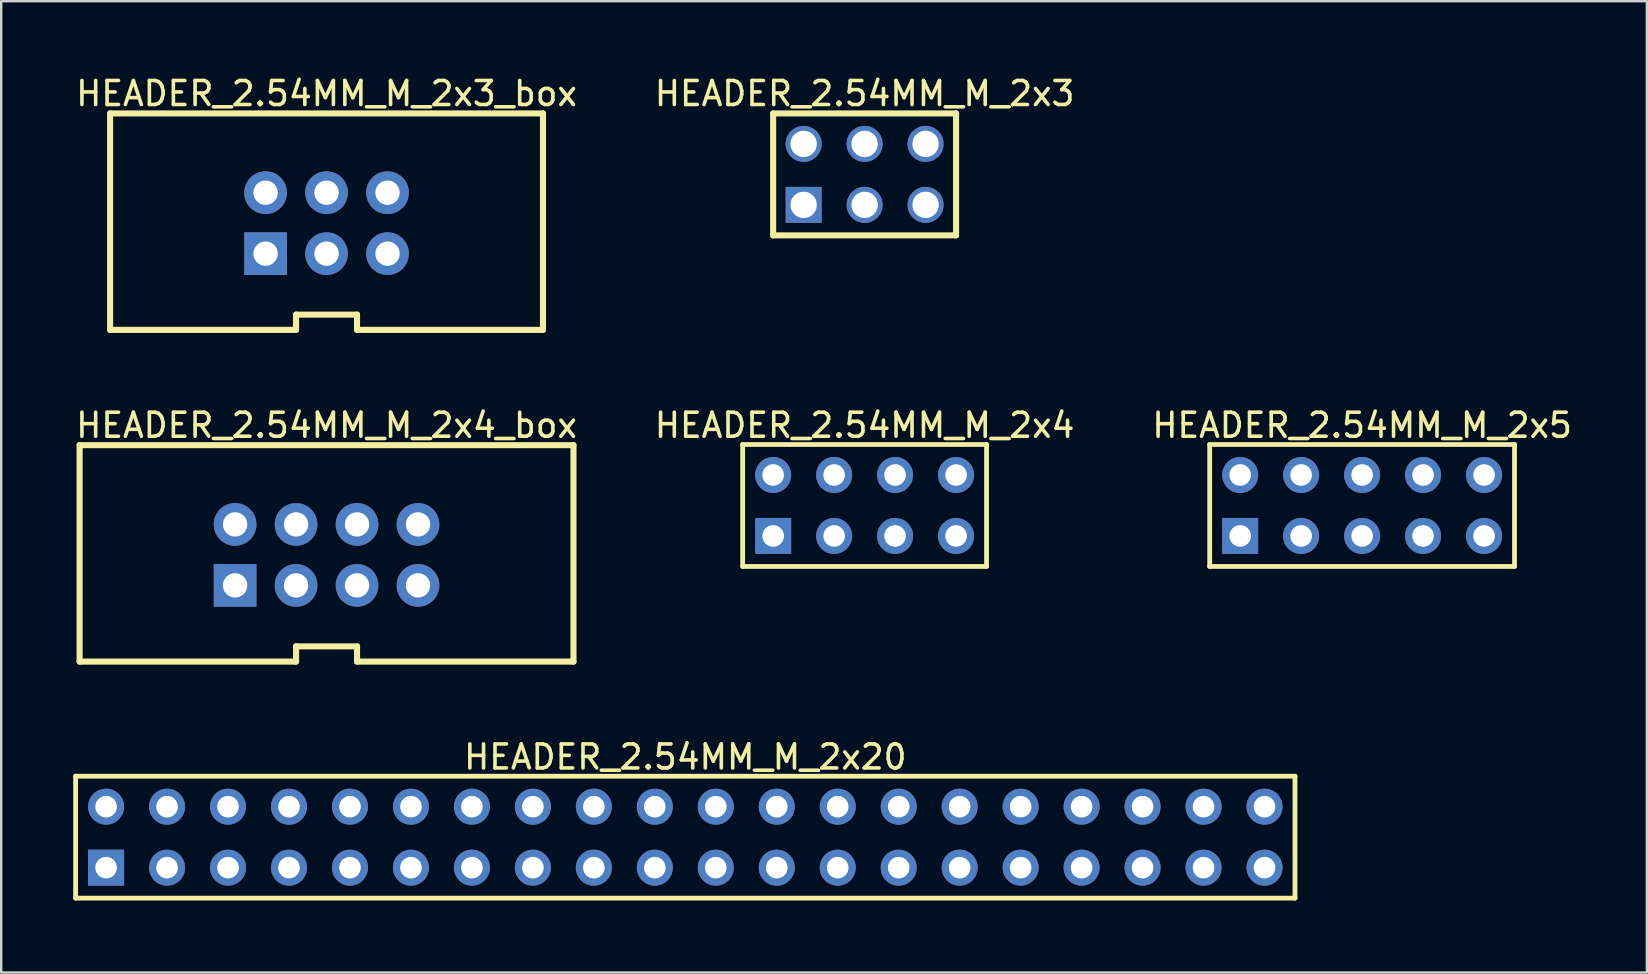
<source format=kicad_pcb>
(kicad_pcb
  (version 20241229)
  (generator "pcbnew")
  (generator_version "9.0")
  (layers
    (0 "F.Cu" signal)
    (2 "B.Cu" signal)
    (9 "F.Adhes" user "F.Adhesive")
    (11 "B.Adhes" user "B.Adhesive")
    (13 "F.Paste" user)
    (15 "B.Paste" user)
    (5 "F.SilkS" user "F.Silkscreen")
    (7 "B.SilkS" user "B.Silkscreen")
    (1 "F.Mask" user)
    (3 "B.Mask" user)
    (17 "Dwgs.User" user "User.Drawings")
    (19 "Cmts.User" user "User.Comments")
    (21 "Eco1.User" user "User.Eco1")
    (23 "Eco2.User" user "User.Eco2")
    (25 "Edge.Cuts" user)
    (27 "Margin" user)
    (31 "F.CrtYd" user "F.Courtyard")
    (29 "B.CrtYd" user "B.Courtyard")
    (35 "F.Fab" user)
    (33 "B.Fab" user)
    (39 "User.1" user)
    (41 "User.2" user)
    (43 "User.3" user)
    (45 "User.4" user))
  (footprint "HEADER_2.54MM_M_2x4_box"
    (layer "F.Cu")
    (at 10.554 20.067)
    (property "Reference" "HEADER_2.54MM_M_2x4_box" (at 0 -5.399 0) (layer "F.SilkS") (effects (font (size 1 1) (thickness 0.15))))
    (fp_line (start -10.287 -4.572) (end 10.287 -4.572) (stroke (width 0.254) (type solid)) (layer "F.SilkS"))
    (fp_line (start -10.287 4.445) (end -10.287 -4.572) (stroke (width 0.254) (type solid)) (layer "F.SilkS"))
    (fp_line (start -10.287 4.445) (end -1.27 4.445) (stroke (width 0.254) (type solid)) (layer "F.SilkS"))
    (fp_line (start -1.27 3.81) (end 1.27 3.81) (stroke (width 0.254) (type solid)) (layer "F.SilkS"))
    (fp_line (start -1.27 4.445) (end -1.27 3.81) (stroke (width 0.254) (type solid)) (layer "F.SilkS"))
    (fp_line (start 1.27 4.445) (end 1.27 3.81) (stroke (width 0.254) (type solid)) (layer "F.SilkS"))
    (fp_line (start 1.27 4.445) (end 10.287 4.445) (stroke (width 0.254) (type solid)) (layer "F.SilkS"))
    (fp_line (start 10.287 4.445) (end 10.287 -4.572) (stroke (width 0.254) (type solid)) (layer "F.SilkS"))
    (pad "1" thru_hole rect (at -3.81 1.27) (size 1.778 1.778) (drill 1.016) (layers "*.Cu" "*.Mask"))
    (pad "2" thru_hole circle (at -3.81 -1.27) (size 1.778 1.778) (drill 1.016) (layers "*.Cu" "*.Mask"))
    (pad "3" thru_hole circle (at -1.27 1.27) (size 1.778 1.778) (drill 1.016) (layers "*.Cu" "*.Mask"))
    (pad "4" thru_hole circle (at -1.27 -1.27) (size 1.778 1.778) (drill 1.016) (layers "*.Cu" "*.Mask"))
    (pad "5" thru_hole circle (at 1.27 1.27) (size 1.778 1.778) (drill 1.016) (layers "*.Cu" "*.Mask"))
    (pad "6" thru_hole circle (at 1.27 -1.27) (size 1.778 1.778) (drill 1.016) (layers "*.Cu" "*.Mask"))
    (pad "7" thru_hole circle (at 3.81 1.27) (size 1.778 1.778) (drill 1.016) (layers "*.Cu" "*.Mask"))
    (pad "8" thru_hole circle (at 3.81 -1.27) (size 1.778 1.778) (drill 1.016) (layers "*.Cu" "*.Mask")))
  (footprint "HEADER_2.54MM_M_2x3_box"
    (layer "F.Cu")
    (at 10.554 6.247)
    (property "Reference" "HEADER_2.54MM_M_2x3_box" (at 0 -5.399 0) (layer "F.SilkS") (effects (font (size 1 1) (thickness 0.15))))
    (fp_line (start -9.017 -4.572) (end 9.017 -4.572) (stroke (width 0.254) (type solid)) (layer "F.SilkS"))
    (fp_line (start -9.017 4.445) (end -9.017 -4.572) (stroke (width 0.254) (type solid)) (layer "F.SilkS"))
    (fp_line (start -9.017 4.445) (end -1.27 4.445) (stroke (width 0.254) (type solid)) (layer "F.SilkS"))
    (fp_line (start -1.27 3.81) (end 1.27 3.81) (stroke (width 0.254) (type solid)) (layer "F.SilkS"))
    (fp_line (start -1.27 4.445) (end -1.27 3.81) (stroke (width 0.254) (type solid)) (layer "F.SilkS"))
    (fp_line (start 1.27 4.445) (end 1.27 3.81) (stroke (width 0.254) (type solid)) (layer "F.SilkS"))
    (fp_line (start 1.27 4.445) (end 9.017 4.445) (stroke (width 0.254) (type solid)) (layer "F.SilkS"))
    (fp_line (start 9.017 4.445) (end 9.017 -4.572) (stroke (width 0.254) (type solid)) (layer "F.SilkS"))
    (pad "1" thru_hole rect (at -2.54 1.27) (size 1.778 1.778) (drill 1.016) (layers "*.Cu" "*.Mask"))
    (pad "2" thru_hole circle (at -2.54 -1.27) (size 1.778 1.778) (drill 1.016) (layers "*.Cu" "*.Mask"))
    (pad "3" thru_hole circle (at 0 1.27) (size 1.778 1.778) (drill 1.016) (layers "*.Cu" "*.Mask"))
    (pad "4" thru_hole circle (at 0 -1.27) (size 1.778 1.778) (drill 1.016) (layers "*.Cu" "*.Mask"))
    (pad "5" thru_hole circle (at 2.54 1.27) (size 1.778 1.778) (drill 1.016) (layers "*.Cu" "*.Mask"))
    (pad "6" thru_hole circle (at 2.54 -1.27) (size 1.778 1.778) (drill 1.016) (layers "*.Cu" "*.Mask")))
  (footprint "HEADER_2.54MM_M_2x3"
    (layer "F.Cu")
    (at 32.97 4.215)
    (property "Reference" "HEADER_2.54MM_M_2x3" (at 0 -3.367 0) (layer "F.SilkS") (effects (font (size 1 1) (thickness 0.15))))
    (fp_line (start -3.81 -2.54) (end 3.81 -2.54) (stroke (width 0.254) (type solid)) (layer "F.SilkS"))
    (fp_line (start -3.81 2.54) (end -3.81 -2.54) (stroke (width 0.254) (type solid)) (layer "F.SilkS"))
    (fp_line (start -3.81 2.54) (end 3.81 2.54) (stroke (width 0.254) (type solid)) (layer "F.SilkS"))
    (fp_line (start 3.81 2.54) (end 3.81 -2.54) (stroke (width 0.254) (type solid)) (layer "F.SilkS"))
    (pad "1" thru_hole rect (at -2.54 1.27) (size 1.5 1.5) (drill 1.1) (layers "*.Cu" "*.Mask"))
    (pad "2" thru_hole circle (at -2.54 -1.27) (size 1.5 1.5) (drill 1.1) (layers "*.Cu" "*.Mask"))
    (pad "3" thru_hole circle (at 0 1.27) (size 1.5 1.5) (drill 1.1) (layers "*.Cu" "*.Mask"))
    (pad "4" thru_hole circle (at 0 -1.27) (size 1.5 1.5) (drill 1.1) (layers "*.Cu" "*.Mask"))
    (pad "5" thru_hole circle (at 2.54 1.27) (size 1.5 1.5) (drill 1.1) (layers "*.Cu" "*.Mask"))
    (pad "6" thru_hole circle (at 2.54 -1.27) (size 1.5 1.5) (drill 1.1) (layers "*.Cu" "*.Mask")))
  (footprint "HEADER_2.54MM_M_2x5"
    (layer "F.Cu")
    (at 53.696 18.008)
    (property "Reference" "HEADER_2.54MM_M_2x5" (at 0.00008 -3.34 0) (layer "F.SilkS") (effects (font (size 1 1) (thickness 0.15))))
    (fp_line (start -6.35 -2.54) (end 6.35 -2.54) (stroke (width 0.2) (type solid)) (layer "F.SilkS"))
    (fp_line (start -6.35 2.54) (end -6.35 -2.54) (stroke (width 0.2) (type solid)) (layer "F.SilkS"))
    (fp_line (start -6.35 2.54) (end 6.35 2.54) (stroke (width 0.2) (type solid)) (layer "F.SilkS"))
    (fp_line (start 6.35 2.54) (end 6.35 -2.54) (stroke (width 0.2) (type solid)) (layer "F.SilkS"))
    (pad "1" thru_hole rect (at -5.08 1.27) (size 1.5 1.5) (drill 0.9) (layers "*.Cu" "*.Mask"))
    (pad "2" thru_hole circle (at -5.08 -1.27) (size 1.5 1.5) (drill 0.9) (layers "*.Cu" "*.Mask"))
    (pad "3" thru_hole circle (at -2.54 1.27) (size 1.5 1.5) (drill 0.9) (layers "*.Cu" "*.Mask"))
    (pad "4" thru_hole circle (at -2.54 -1.27) (size 1.5 1.5) (drill 0.9) (layers "*.Cu" "*.Mask"))
    (pad "5" thru_hole circle (at 0 1.27) (size 1.5 1.5) (drill 0.9) (layers "*.Cu" "*.Mask"))
    (pad "6" thru_hole circle (at 0 -1.27) (size 1.5 1.5) (drill 0.9) (layers "*.Cu" "*.Mask"))
    (pad "7" thru_hole circle (at 2.54 1.27) (size 1.5 1.5) (drill 0.9) (layers "*.Cu" "*.Mask"))
    (pad "8" thru_hole circle (at 2.54 -1.27) (size 1.5 1.5) (drill 0.9) (layers "*.Cu" "*.Mask"))
    (pad "9" thru_hole circle (at 5.08 1.27) (size 1.5 1.5) (drill 0.9) (layers "*.Cu" "*.Mask"))
    (pad "10" thru_hole circle (at 5.08 -1.27) (size 1.5 1.5) (drill 0.9) (layers "*.Cu" "*.Mask")))
  (footprint "HEADER_2.54MM_M_2x4"
    (layer "F.Cu")
    (at 32.97 18.008)
    (property "Reference" "HEADER_2.54MM_M_2x4" (at 0 -3.34 0) (layer "F.SilkS") (effects (font (size 1 1) (thickness 0.15))))
    (fp_line (start -5.08 -2.54) (end 5.08 -2.54) (stroke (width 0.2) (type solid)) (layer "F.SilkS"))
    (fp_line (start -5.08 2.54) (end -5.08 -2.54) (stroke (width 0.2) (type solid)) (layer "F.SilkS"))
    (fp_line (start -5.08 2.54) (end 5.08 2.54) (stroke (width 0.2) (type solid)) (layer "F.SilkS"))
    (fp_line (start 5.08 2.54) (end 5.08 -2.54) (stroke (width 0.2) (type solid)) (layer "F.SilkS"))
    (pad "1" thru_hole rect (at -3.81 1.27) (size 1.5 1.5) (drill 0.9) (layers "*.Cu" "*.Mask"))
    (pad "2" thru_hole circle (at -3.81 -1.27) (size 1.5 1.5) (drill 0.9) (layers "*.Cu" "*.Mask"))
    (pad "3" thru_hole circle (at -1.27 1.27) (size 1.5 1.5) (drill 0.9) (layers "*.Cu" "*.Mask"))
    (pad "4" thru_hole circle (at -1.27 -1.27) (size 1.5 1.5) (drill 0.9) (layers "*.Cu" "*.Mask"))
    (pad "5" thru_hole circle (at 1.27 1.27) (size 1.5 1.5) (drill 0.9) (layers "*.Cu" "*.Mask"))
    (pad "6" thru_hole circle (at 1.27 -1.27) (size 1.5 1.5) (drill 0.9) (layers "*.Cu" "*.Mask"))
    (pad "7" thru_hole circle (at 3.81 1.27) (size 1.5 1.5) (drill 0.9) (layers "*.Cu" "*.Mask"))
    (pad "8" thru_hole circle (at 3.81 -1.27) (size 1.5 1.5) (drill 0.9) (layers "*.Cu" "*.Mask")))
  (footprint "HEADER_2.54MM_M_2x20"
    (layer "F.Cu")
    (at 25.5 31.827)
    (property "Reference" "HEADER_2.54MM_M_2x20" (at 0 -3.34 0) (layer "F.SilkS") (effects (font (size 1 1) (thickness 0.15))))
    (fp_line (start -25.4 -2.54) (end 25.4 -2.54) (stroke (width 0.2) (type solid)) (layer "F.SilkS"))
    (fp_line (start -25.4 2.54) (end -25.4 -2.54) (stroke (width 0.2) (type solid)) (layer "F.SilkS"))
    (fp_line (start -25.4 2.54) (end 25.4 2.54) (stroke (width 0.2) (type solid)) (layer "F.SilkS"))
    (fp_line (start 25.4 2.54) (end 25.4 -2.54) (stroke (width 0.2) (type solid)) (layer "F.SilkS"))
    (pad "1" thru_hole rect (at -24.13 1.27) (size 1.5 1.5) (drill 0.9) (layers "*.Cu" "*.Mask"))
    (pad "2" thru_hole circle (at -24.13 -1.27) (size 1.5 1.5) (drill 0.9) (layers "*.Cu" "*.Mask"))
    (pad "3" thru_hole circle (at -21.59 1.27) (size 1.5 1.5) (drill 0.9) (layers "*.Cu" "*.Mask"))
    (pad "4" thru_hole circle (at -21.59 -1.27) (size 1.5 1.5) (drill 0.9) (layers "*.Cu" "*.Mask"))
    (pad "5" thru_hole circle (at -19.05 1.27) (size 1.5 1.5) (drill 0.9) (layers "*.Cu" "*.Mask"))
    (pad "6" thru_hole circle (at -19.05 -1.27) (size 1.5 1.5) (drill 0.9) (layers "*.Cu" "*.Mask"))
    (pad "7" thru_hole circle (at -16.51 1.27) (size 1.5 1.5) (drill 0.9) (layers "*.Cu" "*.Mask"))
    (pad "8" thru_hole circle (at -16.51 -1.27) (size 1.5 1.5) (drill 0.9) (layers "*.Cu" "*.Mask"))
    (pad "9" thru_hole circle (at -13.97 1.27) (size 1.5 1.5) (drill 0.9) (layers "*.Cu" "*.Mask"))
    (pad "10" thru_hole circle (at -13.97 -1.27) (size 1.5 1.5) (drill 0.9) (layers "*.Cu" "*.Mask"))
    (pad "11" thru_hole circle (at -11.43 1.27) (size 1.5 1.5) (drill 0.9) (layers "*.Cu" "*.Mask"))
    (pad "12" thru_hole circle (at -11.43 -1.27) (size 1.5 1.5) (drill 0.9) (layers "*.Cu" "*.Mask"))
    (pad "13" thru_hole circle (at -8.89 1.27) (size 1.5 1.5) (drill 0.9) (layers "*.Cu" "*.Mask"))
    (pad "14" thru_hole circle (at -8.89 -1.27) (size 1.5 1.5) (drill 0.9) (layers "*.Cu" "*.Mask"))
    (pad "15" thru_hole circle (at -6.35 1.27) (size 1.5 1.5) (drill 0.9) (layers "*.Cu" "*.Mask"))
    (pad "16" thru_hole circle (at -6.35 -1.27) (size 1.5 1.5) (drill 0.9) (layers "*.Cu" "*.Mask"))
    (pad "17" thru_hole circle (at -3.81 1.27) (size 1.5 1.5) (drill 0.9) (layers "*.Cu" "*.Mask"))
    (pad "18" thru_hole circle (at -3.81 -1.27) (size 1.5 1.5) (drill 0.9) (layers "*.Cu" "*.Mask"))
    (pad "19" thru_hole circle (at -1.27 1.27) (size 1.5 1.5) (drill 0.9) (layers "*.Cu" "*.Mask"))
    (pad "20" thru_hole circle (at -1.27 -1.27) (size 1.5 1.5) (drill 0.9) (layers "*.Cu" "*.Mask"))
    (pad "21" thru_hole circle (at 1.27 1.27) (size 1.5 1.5) (drill 0.9) (layers "*.Cu" "*.Mask"))
    (pad "22" thru_hole circle (at 1.27 -1.27) (size 1.5 1.5) (drill 0.9) (layers "*.Cu" "*.Mask"))
    (pad "23" thru_hole circle (at 3.81 1.27) (size 1.5 1.5) (drill 0.9) (layers "*.Cu" "*.Mask"))
    (pad "24" thru_hole circle (at 3.81 -1.27) (size 1.5 1.5) (drill 0.9) (layers "*.Cu" "*.Mask"))
    (pad "25" thru_hole circle (at 6.35 1.27) (size 1.5 1.5) (drill 0.9) (layers "*.Cu" "*.Mask"))
    (pad "26" thru_hole circle (at 6.35 -1.27) (size 1.5 1.5) (drill 0.9) (layers "*.Cu" "*.Mask"))
    (pad "27" thru_hole circle (at 8.89 1.27) (size 1.5 1.5) (drill 0.9) (layers "*.Cu" "*.Mask"))
    (pad "28" thru_hole circle (at 8.89 -1.27) (size 1.5 1.5) (drill 0.9) (layers "*.Cu" "*.Mask"))
    (pad "29" thru_hole circle (at 11.43 1.27) (size 1.5 1.5) (drill 0.9) (layers "*.Cu" "*.Mask"))
    (pad "30" thru_hole circle (at 11.43 -1.27) (size 1.5 1.5) (drill 0.9) (layers "*.Cu" "*.Mask"))
    (pad "31" thru_hole circle (at 13.97 1.27) (size 1.5 1.5) (drill 0.9) (layers "*.Cu" "*.Mask"))
    (pad "32" thru_hole circle (at 13.97 -1.27) (size 1.5 1.5) (drill 0.9) (layers "*.Cu" "*.Mask"))
    (pad "33" thru_hole circle (at 16.51 1.27) (size 1.5 1.5) (drill 0.9) (layers "*.Cu" "*.Mask"))
    (pad "34" thru_hole circle (at 16.51 -1.27) (size 1.5 1.5) (drill 0.9) (layers "*.Cu" "*.Mask"))
    (pad "35" thru_hole circle (at 19.05 1.27) (size 1.5 1.5) (drill 0.9) (layers "*.Cu" "*.Mask"))
    (pad "36" thru_hole circle (at 19.05 -1.27) (size 1.5 1.5) (drill 0.9) (layers "*.Cu" "*.Mask"))
    (pad "37" thru_hole circle (at 21.59 1.27) (size 1.5 1.5) (drill 0.9) (layers "*.Cu" "*.Mask"))
    (pad "38" thru_hole circle (at 21.59 -1.27) (size 1.5 1.5) (drill 0.9) (layers "*.Cu" "*.Mask"))
    (pad "39" thru_hole circle (at 24.13 1.27) (size 1.5 1.5) (drill 0.9) (layers "*.Cu" "*.Mask"))
    (pad "40" thru_hole circle (at 24.13 -1.27) (size 1.5 1.5) (drill 0.9) (layers "*.Cu" "*.Mask")))
  (gr_rect
    (start -3 -3)
    (end 65.56 37.467)
    (stroke (width 0.1) (type default))
    (fill no)
    (layer "Edge.Cuts")))
</source>
